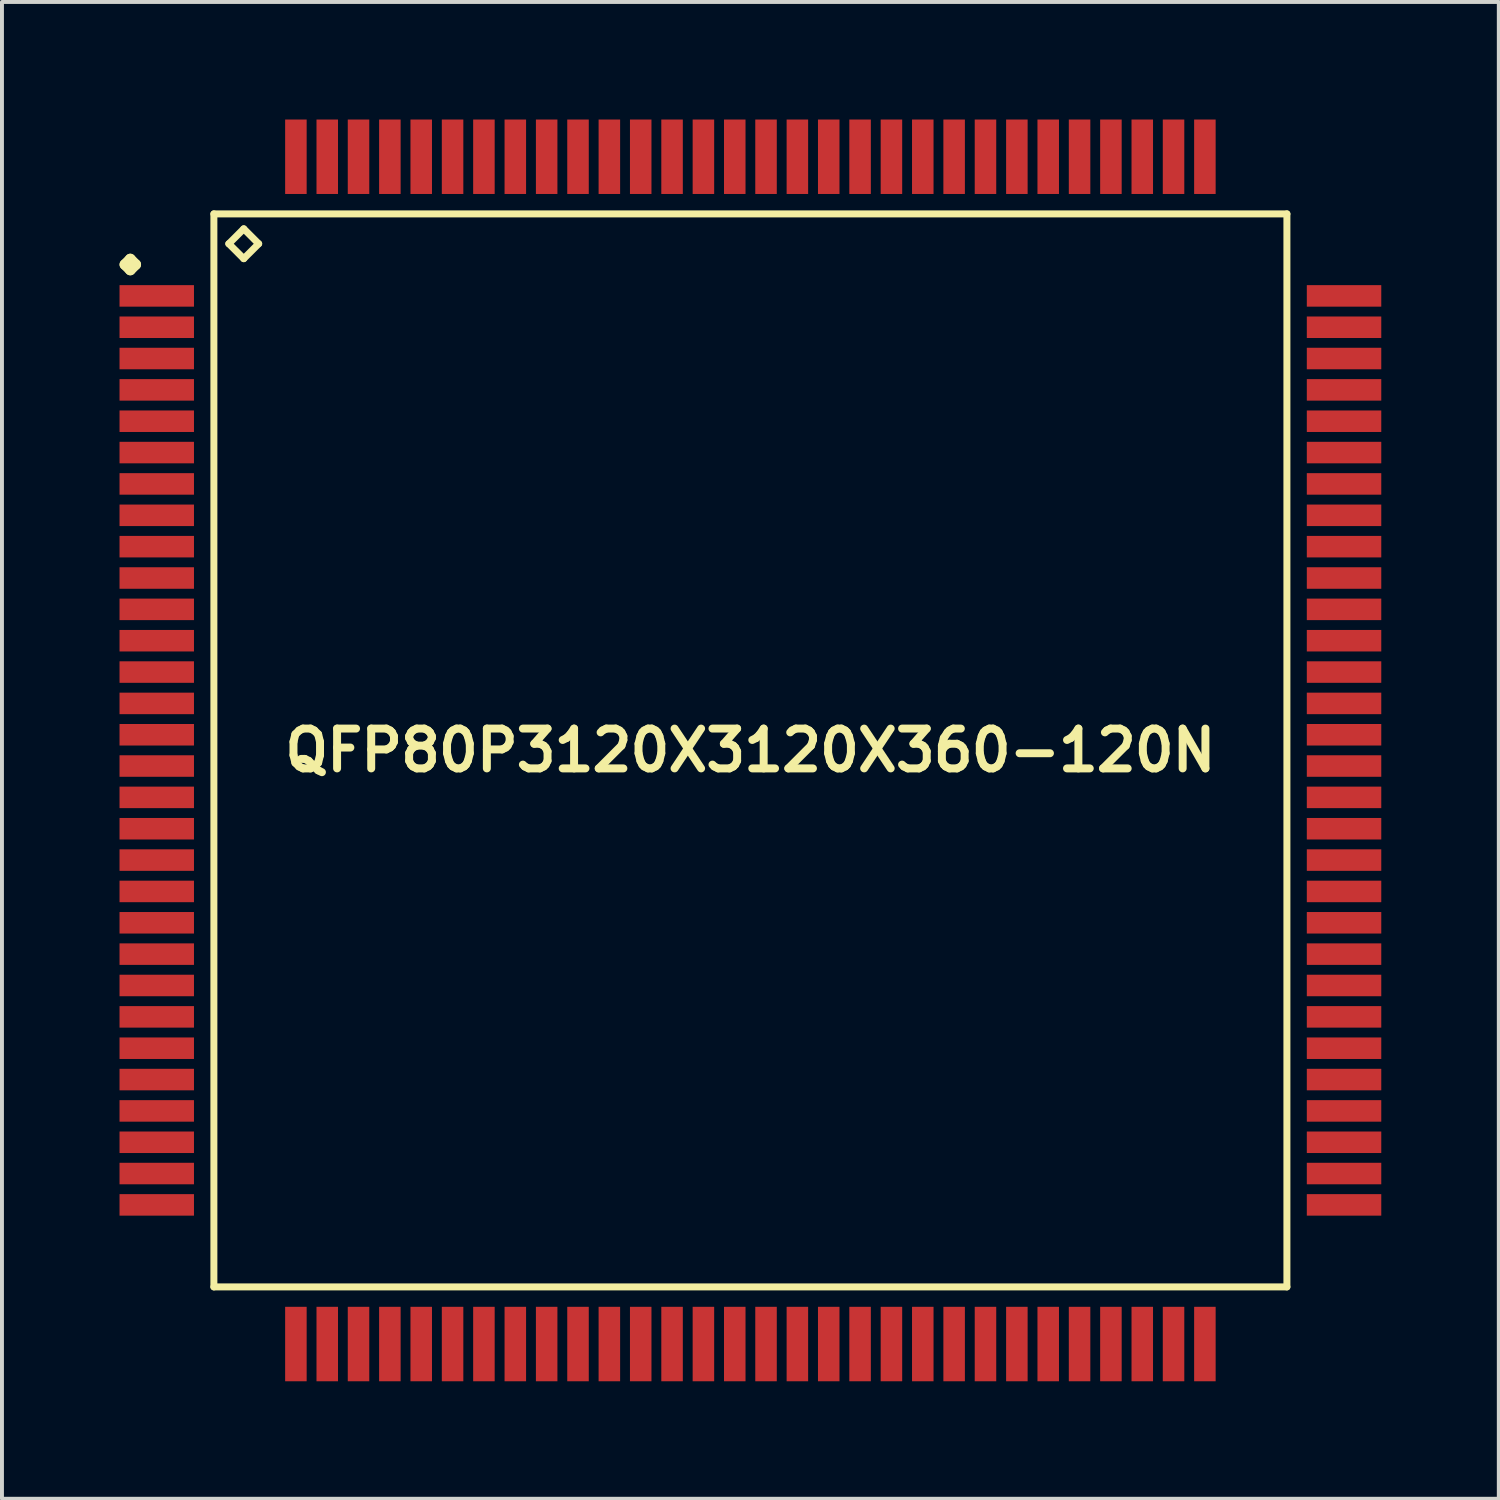
<source format=kicad_pcb>
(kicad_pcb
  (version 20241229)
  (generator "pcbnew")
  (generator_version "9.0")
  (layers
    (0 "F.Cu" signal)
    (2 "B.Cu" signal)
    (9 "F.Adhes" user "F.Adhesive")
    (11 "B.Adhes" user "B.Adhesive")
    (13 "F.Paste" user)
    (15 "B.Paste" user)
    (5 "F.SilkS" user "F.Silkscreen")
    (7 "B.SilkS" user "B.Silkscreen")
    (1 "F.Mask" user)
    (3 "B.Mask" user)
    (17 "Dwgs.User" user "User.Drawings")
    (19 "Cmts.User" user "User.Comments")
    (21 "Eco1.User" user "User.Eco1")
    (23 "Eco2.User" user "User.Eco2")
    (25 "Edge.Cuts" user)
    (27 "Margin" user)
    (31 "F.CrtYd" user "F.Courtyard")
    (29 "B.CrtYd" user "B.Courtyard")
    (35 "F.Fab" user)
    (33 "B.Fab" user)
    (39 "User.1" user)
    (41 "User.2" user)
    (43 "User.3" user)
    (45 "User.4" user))
  (footprint "QFP80P3120X3120X360-120N"
    (layer "F.Cu")
    (at 16.099 16.099)
    (property "Reference" "QFP80P3120X3120X360-120N" (at 0 0 0) (layer "F.SilkS") (effects (font (size 1.016 1.016) (thickness 0.203))))
    (attr smd)
    (fp_line (start -15.961 -12.398) (end -15.824 -12.537) (stroke (width 0.274) (type solid)) (layer "F.SilkS"))
    (fp_line (start -15.824 -12.537) (end -15.687 -12.398) (stroke (width 0.274) (type solid)) (layer "F.SilkS"))
    (fp_line (start -15.824 -12.261) (end -15.961 -12.398) (stroke (width 0.274) (type solid)) (layer "F.SilkS"))
    (fp_line (start -15.687 -12.398) (end -15.824 -12.261) (stroke (width 0.274) (type solid)) (layer "F.SilkS"))
    (fp_line (start -13.691 -13.691) (end -13.691 13.691) (stroke (width 0.178) (type solid)) (layer "F.SilkS"))
    (fp_line (start -13.691 13.691) (end 13.691 13.691) (stroke (width 0.178) (type solid)) (layer "F.SilkS"))
    (fp_line (start -13.31 -12.929) (end -12.929 -13.31) (stroke (width 0.178) (type solid)) (layer "F.SilkS"))
    (fp_line (start -12.929 -13.31) (end -12.548 -12.929) (stroke (width 0.178) (type solid)) (layer "F.SilkS"))
    (fp_line (start -12.929 -12.548) (end -13.31 -12.929) (stroke (width 0.178) (type solid)) (layer "F.SilkS"))
    (fp_line (start -12.548 -12.929) (end -12.929 -12.548) (stroke (width 0.178) (type solid)) (layer "F.SilkS"))
    (fp_line (start 13.691 -13.691) (end -13.691 -13.691) (stroke (width 0.178) (type solid)) (layer "F.SilkS"))
    (fp_line (start 13.691 13.691) (end 13.691 -13.691) (stroke (width 0.178) (type solid)) (layer "F.SilkS"))
    (pad "1" smd rect (at -15.149 -11.598) (size 1.9 0.549) (layers "F.Cu" "F.Mask" "F.Paste"))
    (pad "2" smd rect (at -15.149 -10.798) (size 1.9 0.549) (layers "F.Cu" "F.Mask" "F.Paste"))
    (pad "3" smd rect (at -15.149 -10) (size 1.9 0.549) (layers "F.Cu" "F.Mask" "F.Paste"))
    (pad "4" smd rect (at -15.149 -9.2) (size 1.9 0.549) (layers "F.Cu" "F.Mask" "F.Paste"))
    (pad "5" smd rect (at -15.149 -8.4) (size 1.9 0.549) (layers "F.Cu" "F.Mask" "F.Paste"))
    (pad "6" smd rect (at -15.149 -7.6) (size 1.9 0.549) (layers "F.Cu" "F.Mask" "F.Paste"))
    (pad "7" smd rect (at -15.149 -6.8) (size 1.9 0.549) (layers "F.Cu" "F.Mask" "F.Paste"))
    (pad "8" smd rect (at -15.149 -5.999) (size 1.9 0.549) (layers "F.Cu" "F.Mask" "F.Paste"))
    (pad "9" smd rect (at -15.149 -5.199) (size 1.9 0.549) (layers "F.Cu" "F.Mask" "F.Paste"))
    (pad "10" smd rect (at -15.149 -4.399) (size 1.9 0.549) (layers "F.Cu" "F.Mask" "F.Paste"))
    (pad "11" smd rect (at -15.149 -3.599) (size 1.9 0.549) (layers "F.Cu" "F.Mask" "F.Paste"))
    (pad "12" smd rect (at -15.149 -2.799) (size 1.9 0.549) (layers "F.Cu" "F.Mask" "F.Paste"))
    (pad "13" smd rect (at -15.149 -1.999) (size 1.9 0.549) (layers "F.Cu" "F.Mask" "F.Paste"))
    (pad "14" smd rect (at -15.149 -1.199) (size 1.9 0.549) (layers "F.Cu" "F.Mask" "F.Paste"))
    (pad "15" smd rect (at -15.149 -0.399) (size 1.9 0.549) (layers "F.Cu" "F.Mask" "F.Paste"))
    (pad "16" smd rect (at -15.149 0.399) (size 1.9 0.549) (layers "F.Cu" "F.Mask" "F.Paste"))
    (pad "17" smd rect (at -15.149 1.199) (size 1.9 0.549) (layers "F.Cu" "F.Mask" "F.Paste"))
    (pad "18" smd rect (at -15.149 1.999) (size 1.9 0.549) (layers "F.Cu" "F.Mask" "F.Paste"))
    (pad "19" smd rect (at -15.149 2.799) (size 1.9 0.549) (layers "F.Cu" "F.Mask" "F.Paste"))
    (pad "20" smd rect (at -15.149 3.599) (size 1.9 0.549) (layers "F.Cu" "F.Mask" "F.Paste"))
    (pad "21" smd rect (at -15.149 4.399) (size 1.9 0.549) (layers "F.Cu" "F.Mask" "F.Paste"))
    (pad "22" smd rect (at -15.149 5.199) (size 1.9 0.549) (layers "F.Cu" "F.Mask" "F.Paste"))
    (pad "23" smd rect (at -15.149 5.999) (size 1.9 0.549) (layers "F.Cu" "F.Mask" "F.Paste"))
    (pad "24" smd rect (at -15.149 6.8) (size 1.9 0.549) (layers "F.Cu" "F.Mask" "F.Paste"))
    (pad "25" smd rect (at -15.149 7.6) (size 1.9 0.549) (layers "F.Cu" "F.Mask" "F.Paste"))
    (pad "26" smd rect (at -15.149 8.4) (size 1.9 0.549) (layers "F.Cu" "F.Mask" "F.Paste"))
    (pad "27" smd rect (at -15.149 9.2) (size 1.9 0.549) (layers "F.Cu" "F.Mask" "F.Paste"))
    (pad "28" smd rect (at -15.149 10) (size 1.9 0.549) (layers "F.Cu" "F.Mask" "F.Paste"))
    (pad "29" smd rect (at -15.149 10.798) (size 1.9 0.549) (layers "F.Cu" "F.Mask" "F.Paste"))
    (pad "30" smd rect (at -15.149 11.598) (size 1.9 0.549) (layers "F.Cu" "F.Mask" "F.Paste"))
    (pad "31" smd rect (at -11.598 15.149) (size 0.549 1.9) (layers "F.Cu" "F.Mask" "F.Paste"))
    (pad "32" smd rect (at -10.798 15.149) (size 0.549 1.9) (layers "F.Cu" "F.Mask" "F.Paste"))
    (pad "33" smd rect (at -10 15.149) (size 0.549 1.9) (layers "F.Cu" "F.Mask" "F.Paste"))
    (pad "34" smd rect (at -9.2 15.149) (size 0.549 1.9) (layers "F.Cu" "F.Mask" "F.Paste"))
    (pad "35" smd rect (at -8.4 15.149) (size 0.549 1.9) (layers "F.Cu" "F.Mask" "F.Paste"))
    (pad "36" smd rect (at -7.6 15.149) (size 0.549 1.9) (layers "F.Cu" "F.Mask" "F.Paste"))
    (pad "37" smd rect (at -6.8 15.149) (size 0.549 1.9) (layers "F.Cu" "F.Mask" "F.Paste"))
    (pad "38" smd rect (at -5.999 15.149) (size 0.549 1.9) (layers "F.Cu" "F.Mask" "F.Paste"))
    (pad "39" smd rect (at -5.199 15.149) (size 0.549 1.9) (layers "F.Cu" "F.Mask" "F.Paste"))
    (pad "40" smd rect (at -4.399 15.149) (size 0.549 1.9) (layers "F.Cu" "F.Mask" "F.Paste"))
    (pad "41" smd rect (at -3.599 15.149) (size 0.549 1.9) (layers "F.Cu" "F.Mask" "F.Paste"))
    (pad "42" smd rect (at -2.799 15.149) (size 0.549 1.9) (layers "F.Cu" "F.Mask" "F.Paste"))
    (pad "43" smd rect (at -1.999 15.149) (size 0.549 1.9) (layers "F.Cu" "F.Mask" "F.Paste"))
    (pad "44" smd rect (at -1.199 15.149) (size 0.549 1.9) (layers "F.Cu" "F.Mask" "F.Paste"))
    (pad "45" smd rect (at -0.399 15.149) (size 0.549 1.9) (layers "F.Cu" "F.Mask" "F.Paste"))
    (pad "46" smd rect (at 0.399 15.149) (size 0.549 1.9) (layers "F.Cu" "F.Mask" "F.Paste"))
    (pad "47" smd rect (at 1.199 15.149) (size 0.549 1.9) (layers "F.Cu" "F.Mask" "F.Paste"))
    (pad "48" smd rect (at 1.999 15.149) (size 0.549 1.9) (layers "F.Cu" "F.Mask" "F.Paste"))
    (pad "49" smd rect (at 2.799 15.149) (size 0.549 1.9) (layers "F.Cu" "F.Mask" "F.Paste"))
    (pad "50" smd rect (at 3.599 15.149) (size 0.549 1.9) (layers "F.Cu" "F.Mask" "F.Paste"))
    (pad "51" smd rect (at 4.399 15.149) (size 0.549 1.9) (layers "F.Cu" "F.Mask" "F.Paste"))
    (pad "52" smd rect (at 5.199 15.149) (size 0.549 1.9) (layers "F.Cu" "F.Mask" "F.Paste"))
    (pad "53" smd rect (at 5.999 15.149) (size 0.549 1.9) (layers "F.Cu" "F.Mask" "F.Paste"))
    (pad "54" smd rect (at 6.8 15.149) (size 0.549 1.9) (layers "F.Cu" "F.Mask" "F.Paste"))
    (pad "55" smd rect (at 7.6 15.149) (size 0.549 1.9) (layers "F.Cu" "F.Mask" "F.Paste"))
    (pad "56" smd rect (at 8.4 15.149) (size 0.549 1.9) (layers "F.Cu" "F.Mask" "F.Paste"))
    (pad "57" smd rect (at 9.2 15.149) (size 0.549 1.9) (layers "F.Cu" "F.Mask" "F.Paste"))
    (pad "58" smd rect (at 10 15.149) (size 0.549 1.9) (layers "F.Cu" "F.Mask" "F.Paste"))
    (pad "59" smd rect (at 10.798 15.149) (size 0.549 1.9) (layers "F.Cu" "F.Mask" "F.Paste"))
    (pad "60" smd rect (at 11.598 15.149) (size 0.549 1.9) (layers "F.Cu" "F.Mask" "F.Paste"))
    (pad "61" smd rect (at 15.149 11.598) (size 1.9 0.549) (layers "F.Cu" "F.Mask" "F.Paste"))
    (pad "62" smd rect (at 15.149 10.798) (size 1.9 0.549) (layers "F.Cu" "F.Mask" "F.Paste"))
    (pad "63" smd rect (at 15.149 10) (size 1.9 0.549) (layers "F.Cu" "F.Mask" "F.Paste"))
    (pad "64" smd rect (at 15.149 9.2) (size 1.9 0.549) (layers "F.Cu" "F.Mask" "F.Paste"))
    (pad "65" smd rect (at 15.149 8.4) (size 1.9 0.549) (layers "F.Cu" "F.Mask" "F.Paste"))
    (pad "66" smd rect (at 15.149 7.6) (size 1.9 0.549) (layers "F.Cu" "F.Mask" "F.Paste"))
    (pad "67" smd rect (at 15.149 6.8) (size 1.9 0.549) (layers "F.Cu" "F.Mask" "F.Paste"))
    (pad "68" smd rect (at 15.149 5.999) (size 1.9 0.549) (layers "F.Cu" "F.Mask" "F.Paste"))
    (pad "69" smd rect (at 15.149 5.199) (size 1.9 0.549) (layers "F.Cu" "F.Mask" "F.Paste"))
    (pad "70" smd rect (at 15.149 4.399) (size 1.9 0.549) (layers "F.Cu" "F.Mask" "F.Paste"))
    (pad "71" smd rect (at 15.149 3.599) (size 1.9 0.549) (layers "F.Cu" "F.Mask" "F.Paste"))
    (pad "72" smd rect (at 15.149 2.799) (size 1.9 0.549) (layers "F.Cu" "F.Mask" "F.Paste"))
    (pad "73" smd rect (at 15.149 1.999) (size 1.9 0.549) (layers "F.Cu" "F.Mask" "F.Paste"))
    (pad "74" smd rect (at 15.149 1.199) (size 1.9 0.549) (layers "F.Cu" "F.Mask" "F.Paste"))
    (pad "75" smd rect (at 15.149 0.399) (size 1.9 0.549) (layers "F.Cu" "F.Mask" "F.Paste"))
    (pad "76" smd rect (at 15.149 -0.399) (size 1.9 0.549) (layers "F.Cu" "F.Mask" "F.Paste"))
    (pad "77" smd rect (at 15.149 -1.199) (size 1.9 0.549) (layers "F.Cu" "F.Mask" "F.Paste"))
    (pad "78" smd rect (at 15.149 -1.999) (size 1.9 0.549) (layers "F.Cu" "F.Mask" "F.Paste"))
    (pad "79" smd rect (at 15.149 -2.799) (size 1.9 0.549) (layers "F.Cu" "F.Mask" "F.Paste"))
    (pad "80" smd rect (at 15.149 -3.599) (size 1.9 0.549) (layers "F.Cu" "F.Mask" "F.Paste"))
    (pad "81" smd rect (at 15.149 -4.399) (size 1.9 0.549) (layers "F.Cu" "F.Mask" "F.Paste"))
    (pad "82" smd rect (at 15.149 -5.199) (size 1.9 0.549) (layers "F.Cu" "F.Mask" "F.Paste"))
    (pad "83" smd rect (at 15.149 -5.999) (size 1.9 0.549) (layers "F.Cu" "F.Mask" "F.Paste"))
    (pad "84" smd rect (at 15.149 -6.8) (size 1.9 0.549) (layers "F.Cu" "F.Mask" "F.Paste"))
    (pad "85" smd rect (at 15.149 -7.6) (size 1.9 0.549) (layers "F.Cu" "F.Mask" "F.Paste"))
    (pad "86" smd rect (at 15.149 -8.4) (size 1.9 0.549) (layers "F.Cu" "F.Mask" "F.Paste"))
    (pad "87" smd rect (at 15.149 -9.2) (size 1.9 0.549) (layers "F.Cu" "F.Mask" "F.Paste"))
    (pad "88" smd rect (at 15.149 -10) (size 1.9 0.549) (layers "F.Cu" "F.Mask" "F.Paste"))
    (pad "89" smd rect (at 15.149 -10.798) (size 1.9 0.549) (layers "F.Cu" "F.Mask" "F.Paste"))
    (pad "90" smd rect (at 15.149 -11.598) (size 1.9 0.549) (layers "F.Cu" "F.Mask" "F.Paste"))
    (pad "91" smd rect (at 11.598 -15.149) (size 0.549 1.9) (layers "F.Cu" "F.Mask" "F.Paste"))
    (pad "92" smd rect (at 10.798 -15.149) (size 0.549 1.9) (layers "F.Cu" "F.Mask" "F.Paste"))
    (pad "93" smd rect (at 10 -15.149) (size 0.549 1.9) (layers "F.Cu" "F.Mask" "F.Paste"))
    (pad "94" smd rect (at 9.2 -15.149) (size 0.549 1.9) (layers "F.Cu" "F.Mask" "F.Paste"))
    (pad "95" smd rect (at 8.4 -15.149) (size 0.549 1.9) (layers "F.Cu" "F.Mask" "F.Paste"))
    (pad "96" smd rect (at 7.6 -15.149) (size 0.549 1.9) (layers "F.Cu" "F.Mask" "F.Paste"))
    (pad "97" smd rect (at 6.8 -15.149) (size 0.549 1.9) (layers "F.Cu" "F.Mask" "F.Paste"))
    (pad "98" smd rect (at 5.999 -15.149) (size 0.549 1.9) (layers "F.Cu" "F.Mask" "F.Paste"))
    (pad "99" smd rect (at 5.199 -15.149) (size 0.549 1.9) (layers "F.Cu" "F.Mask" "F.Paste"))
    (pad "100" smd rect (at 4.399 -15.149) (size 0.549 1.9) (layers "F.Cu" "F.Mask" "F.Paste"))
    (pad "101" smd rect (at 3.599 -15.149) (size 0.549 1.9) (layers "F.Cu" "F.Mask" "F.Paste"))
    (pad "102" smd rect (at 2.799 -15.149) (size 0.549 1.9) (layers "F.Cu" "F.Mask" "F.Paste"))
    (pad "103" smd rect (at 1.999 -15.149) (size 0.549 1.9) (layers "F.Cu" "F.Mask" "F.Paste"))
    (pad "104" smd rect (at 1.199 -15.149) (size 0.549 1.9) (layers "F.Cu" "F.Mask" "F.Paste"))
    (pad "105" smd rect (at 0.399 -15.149) (size 0.549 1.9) (layers "F.Cu" "F.Mask" "F.Paste"))
    (pad "106" smd rect (at -0.399 -15.149) (size 0.549 1.9) (layers "F.Cu" "F.Mask" "F.Paste"))
    (pad "107" smd rect (at -1.199 -15.149) (size 0.549 1.9) (layers "F.Cu" "F.Mask" "F.Paste"))
    (pad "108" smd rect (at -1.999 -15.149) (size 0.549 1.9) (layers "F.Cu" "F.Mask" "F.Paste"))
    (pad "109" smd rect (at -2.799 -15.149) (size 0.549 1.9) (layers "F.Cu" "F.Mask" "F.Paste"))
    (pad "110" smd rect (at -3.599 -15.149) (size 0.549 1.9) (layers "F.Cu" "F.Mask" "F.Paste"))
    (pad "111" smd rect (at -4.399 -15.149) (size 0.549 1.9) (layers "F.Cu" "F.Mask" "F.Paste"))
    (pad "112" smd rect (at -5.199 -15.149) (size 0.549 1.9) (layers "F.Cu" "F.Mask" "F.Paste"))
    (pad "113" smd rect (at -5.999 -15.149) (size 0.549 1.9) (layers "F.Cu" "F.Mask" "F.Paste"))
    (pad "114" smd rect (at -6.8 -15.149) (size 0.549 1.9) (layers "F.Cu" "F.Mask" "F.Paste"))
    (pad "115" smd rect (at -7.6 -15.149) (size 0.549 1.9) (layers "F.Cu" "F.Mask" "F.Paste"))
    (pad "116" smd rect (at -8.4 -15.149) (size 0.549 1.9) (layers "F.Cu" "F.Mask" "F.Paste"))
    (pad "117" smd rect (at -9.2 -15.149) (size 0.549 1.9) (layers "F.Cu" "F.Mask" "F.Paste"))
    (pad "118" smd rect (at -10 -15.149) (size 0.549 1.9) (layers "F.Cu" "F.Mask" "F.Paste"))
    (pad "119" smd rect (at -10.798 -15.149) (size 0.549 1.9) (layers "F.Cu" "F.Mask" "F.Paste"))
    (pad "120" smd rect (at -11.598 -15.149) (size 0.549 1.9) (layers "F.Cu" "F.Mask" "F.Paste")))
  (gr_rect
    (start -3 -3)
    (end 35.197 35.197)
    (stroke (width 0.1) (type default))
    (fill no)
    (layer "Edge.Cuts")))
</source>
